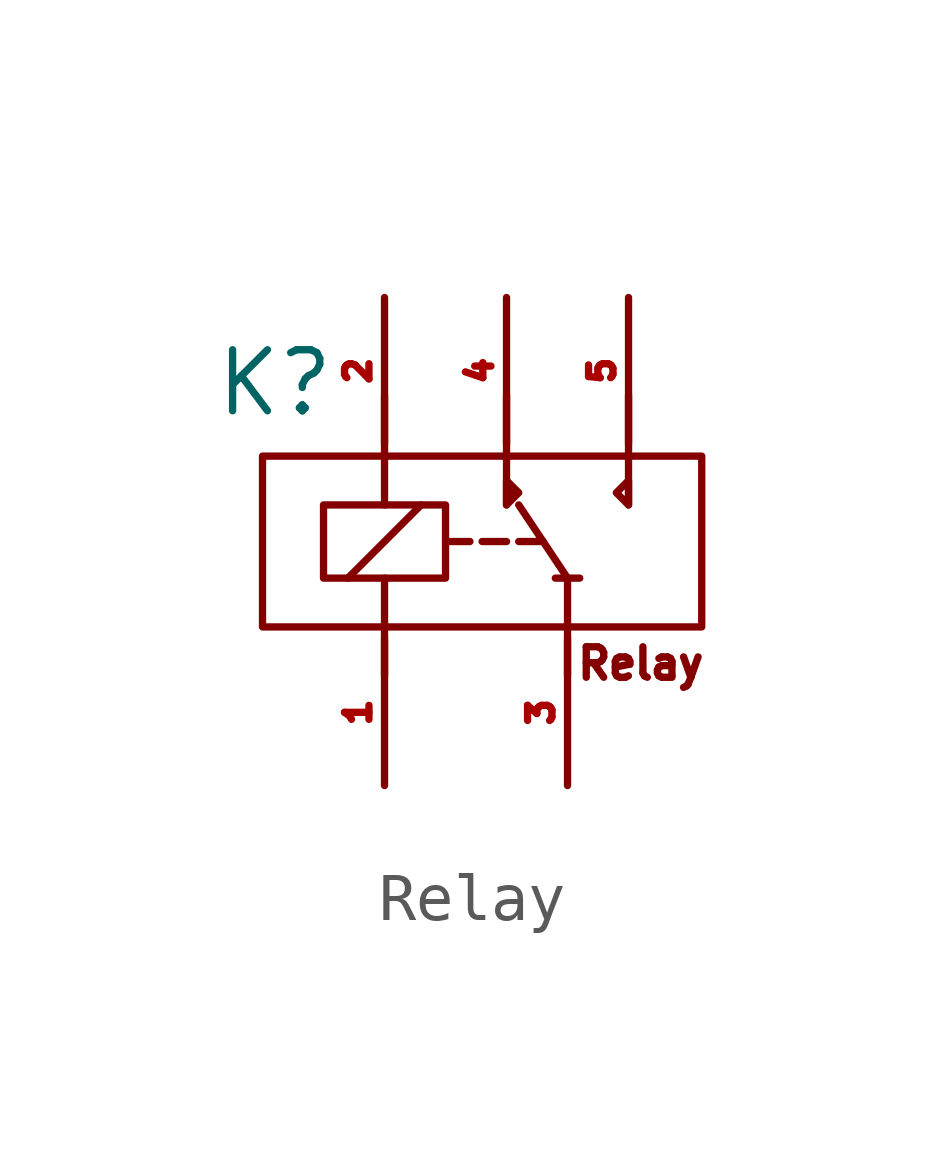
<source format=kicad_sym>
(kicad_symbol_lib
  (version 20231120)
  (generator "kicad_symbol_editor")
  (generator_version "8.0")
  (symbol "Relay"
    (property "Reference" "K"
      (at -4.826 3.302 0)
      (effects (font (size 1.27 1.27))))
    (property "Value" ""
      (at -0.254 5.842 0)
      (effects (font (size 1.27 1.27))))
    (symbol "Relay_0_1"
      (rectangle (start -5.08 1.778) (end 4.064 -1.778) (stroke (width 0) (type default)) (fill (type none)))
      (rectangle (start -3.81 0.762) (end -1.27 -0.762) (stroke (width 0) (type default)) (fill (type none)))
      (polyline (pts (xy -3.302 -0.762) (xy -1.778 0.762)) (stroke (width 0) (type default)) (fill (type none)))
      (polyline (pts (xy -2.54 -0.762) (xy -2.54 -2.794)) (stroke (width 0) (type default)) (fill (type none)))
      (polyline (pts (xy -2.54 0.762) (xy -2.54 3.048)) (stroke (width 0) (type default)) (fill (type none)))
      (polyline (pts (xy 0 0.762) (xy 0 3.048)) (stroke (width 0) (type default)) (fill (type none)))
      (polyline (pts (xy 2.54 0.762) (xy 2.54 3.048)) (stroke (width 0) (type default)) (fill (type none)))
      (polyline (pts (xy 2.54 0.762) (xy 2.286 1.016) (xy 2.54 1.27) (xy 2.54 0.762)) (stroke (width 0) (type default)) (fill (type none))))
    (symbol "Relay_1_1"
      (polyline (pts (xy -1.27 0) (xy -0.762 0)) (stroke (width 0) (type default)) (fill (type none)))
      (polyline (pts (xy -0.508 0) (xy 0 0)) (stroke (width 0) (type default)) (fill (type none)))
      (polyline (pts (xy 0.254 0) (xy 0.762 0)) (stroke (width 0) (type default)) (fill (type none)))
      (polyline (pts (xy 1.016 -0.762) (xy 1.524 -0.762)) (stroke (width 0) (type default)) (fill (type none)))
      (polyline (pts (xy 1.27 -0.762) (xy 1.27 -2.794)) (stroke (width 0) (type default)) (fill (type none)))
      (polyline (pts (xy 0 0.762) (xy 0.254 1.016) (xy 0 1.27) (xy 0 0.762)) (stroke (width 0) (type default)) (fill (type outline)))
      (polyline (pts (xy 1.27 -0.762) (xy 0.254 0.762) (xy 0.254 0.762) (xy 1.27 -0.762) (xy 1.27 -0.762)) (stroke (width 0) (type default)) (fill (type outline)))
      (text "Relay" (at 2.794 -2.54 0) (effects (font (size 0.635 0.635))))
      (pin passive line (at -2.54 -5.08 90) (length 3.048) (name "" (effects (font (size 0.254 0.254)))) (number "1" (effects (font (size 0.508 0.508)))))
      (pin passive line (at -2.54 5.08 270) (length 3.048) (name "" (effects (font (size 0.254 0.254)))) (number "2" (effects (font (size 0.508 0.508)))))
      (pin passive line (at 1.27 -5.08 90) (length 3.048) (name "" (effects (font (size 0.254 0.254)))) (number "3" (effects (font (size 0.508 0.508)))))
      (pin passive line (at 0 5.08 270) (length 3.048) (name "" (effects (font (size 0.254 0.254)))) (number "4" (effects (font (size 0.508 0.508)))))
      (pin passive line (at 2.54 5.08 270) (length 3.048) (name "" (effects (font (size 0.254 0.254)))) (number "5" (effects (font (size 0.508 0.508))))))))
</source>
